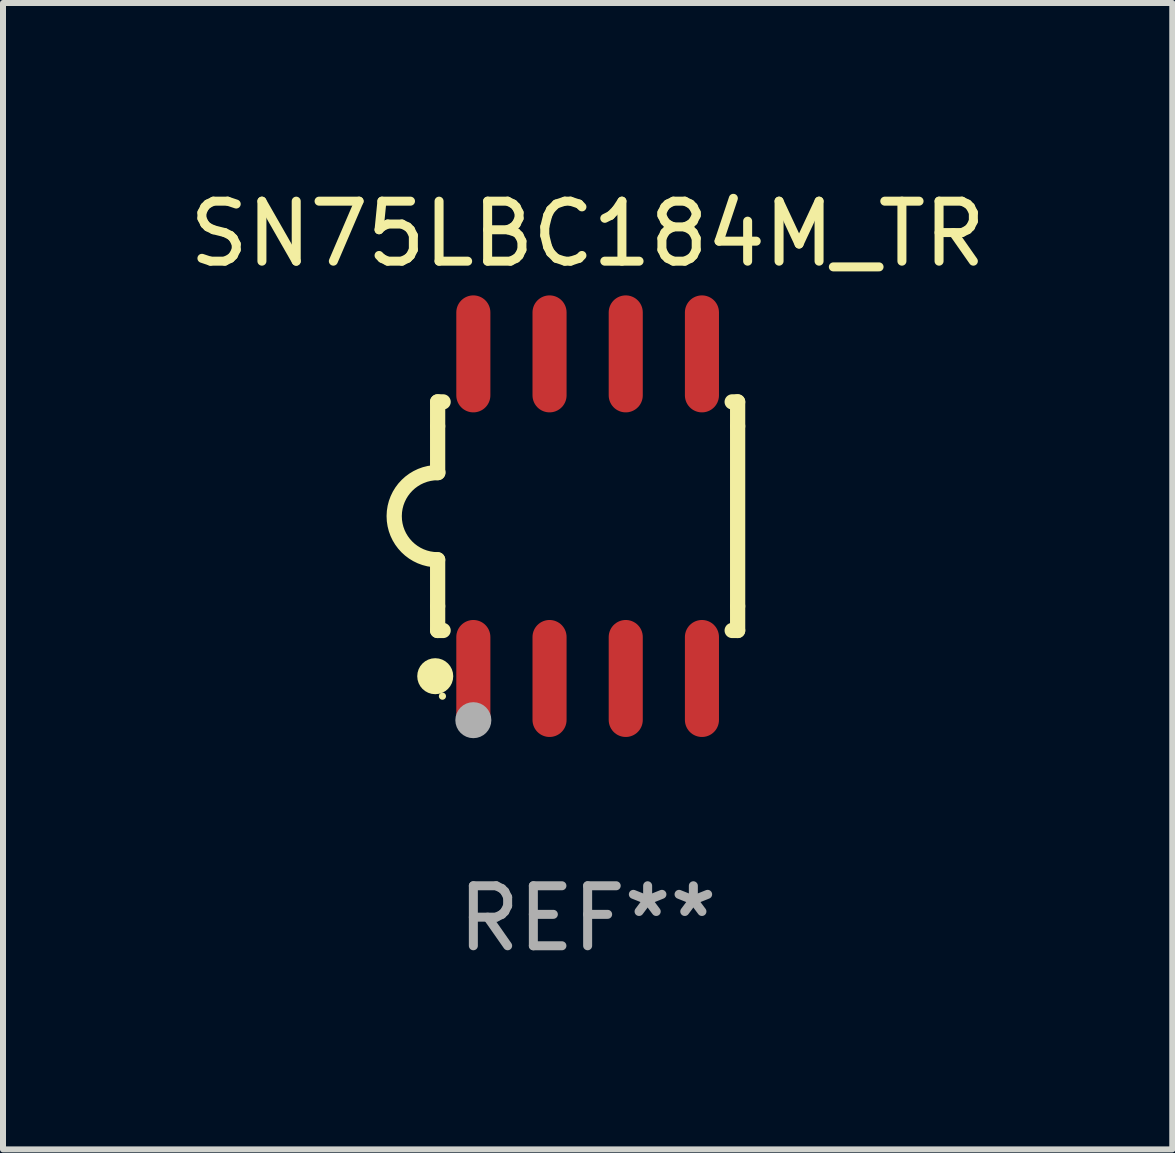
<source format=kicad_pcb>
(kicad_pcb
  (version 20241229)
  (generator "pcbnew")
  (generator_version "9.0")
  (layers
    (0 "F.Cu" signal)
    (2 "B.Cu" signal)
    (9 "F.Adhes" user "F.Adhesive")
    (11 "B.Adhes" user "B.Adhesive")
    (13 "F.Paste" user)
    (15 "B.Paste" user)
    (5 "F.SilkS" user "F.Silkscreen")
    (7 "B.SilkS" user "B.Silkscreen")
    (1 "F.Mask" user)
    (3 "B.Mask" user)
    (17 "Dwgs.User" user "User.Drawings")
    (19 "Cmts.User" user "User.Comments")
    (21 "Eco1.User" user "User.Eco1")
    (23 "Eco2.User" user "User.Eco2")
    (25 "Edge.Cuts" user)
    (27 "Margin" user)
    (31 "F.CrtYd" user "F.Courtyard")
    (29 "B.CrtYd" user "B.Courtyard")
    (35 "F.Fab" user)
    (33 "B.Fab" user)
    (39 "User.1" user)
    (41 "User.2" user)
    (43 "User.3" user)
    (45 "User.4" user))
  (footprint "SN75LBC184M_TR"
    (layer "F.Cu")
    (at 6.744 5.553)
    (property "Reference" "SN75LBC184M_TR" (at 0 -4.705 0) (layer "F.SilkS") (effects (font (size 1 1) (thickness 0.15))))
    (attr through_hole)
    (fp_line (start -2.5 -1.905) (end -2.409 -1.905) (stroke (width 0.254) (type solid)) (layer "F.SilkS"))
    (fp_line (start -2.5 -1.5) (end -2.5 -1.905) (stroke (width 0.254) (type solid)) (layer "F.SilkS"))
    (fp_line (start -2.5 -1.5) (end -2.5 -0.726) (stroke (width 0.254) (type solid)) (layer "F.SilkS"))
    (fp_line (start -2.5 1.5) (end -2.5 0.727) (stroke (width 0.254) (type solid)) (layer "F.SilkS"))
    (fp_line (start -2.5 1.5) (end -2.5 1.905) (stroke (width 0.254) (type solid)) (layer "F.SilkS"))
    (fp_line (start -2.5 1.905) (end -2.409 1.905) (stroke (width 0.254) (type solid)) (layer "F.SilkS"))
    (fp_line (start 2.5 -1.905) (end 2.409 -1.905) (stroke (width 0.254) (type solid)) (layer "F.SilkS"))
    (fp_line (start 2.5 -1.5) (end 2.5 -1.905) (stroke (width 0.254) (type solid)) (layer "F.SilkS"))
    (fp_line (start 2.5 -1.5) (end 2.5 1.5) (stroke (width 0.254) (type solid)) (layer "F.SilkS"))
    (fp_line (start 2.5 1.5) (end 2.5 1.905) (stroke (width 0.254) (type solid)) (layer "F.SilkS"))
    (fp_line (start 2.5 1.905) (end 2.409 1.905) (stroke (width 0.254) (type solid)) (layer "F.SilkS"))
    (fp_arc (start -2.5 0.726568) (mid -3.220316 -0.0023) (end -2.495097 -0.726289) (stroke (width 0.254001) (type solid)) (layer "F.SilkS"))
    (fp_circle (center -2.54 2.667) (end -2.39 2.667) (stroke (width 0.3) (type solid)) (fill no) (layer "F.SilkS"))
    (fp_circle (center -2.42 3) (end -2.39 3) (stroke (width 0.06) (type solid)) (fill no) (layer "F.SilkS"))
    (fp_circle (center -1.905 3.4) (end -1.755 3.4) (stroke (width 0.3) (type solid)) (fill no) (layer "F.Fab"))
    (fp_text user "REF**" (at 0 6.705 0) (layer "F.Fab") (effects (font (size 1 1) (thickness 0.15))))
    (pad "1" smd oval (at -1.905 2.705) (size 0.568 1.95) (layers "F.Cu" "F.Mask" "F.Paste"))
    (pad "2" smd oval (at -0.635 2.705) (size 0.568 1.95) (layers "F.Cu" "F.Mask" "F.Paste"))
    (pad "3" smd oval (at 0.635 2.705) (size 0.568 1.95) (layers "F.Cu" "F.Mask" "F.Paste"))
    (pad "4" smd oval (at 1.905 2.705) (size 0.568 1.95) (layers "F.Cu" "F.Mask" "F.Paste"))
    (pad "5" smd oval (at 1.905 -2.705) (size 0.568 1.95) (layers "F.Cu" "F.Mask" "F.Paste"))
    (pad "6" smd oval (at 0.635 -2.705) (size 0.568 1.95) (layers "F.Cu" "F.Mask" "F.Paste"))
    (pad "7" smd oval (at -0.635 -2.705) (size 0.568 1.95) (layers "F.Cu" "F.Mask" "F.Paste"))
    (pad "8" smd oval (at -1.905 -2.705) (size 0.568 1.95) (layers "F.Cu" "F.Mask" "F.Paste")))
  (gr_rect
    (start -3 -3)
    (end 16.488 16.107)
    (stroke (width 0.1) (type default))
    (fill no)
    (layer "Edge.Cuts")))
</source>
